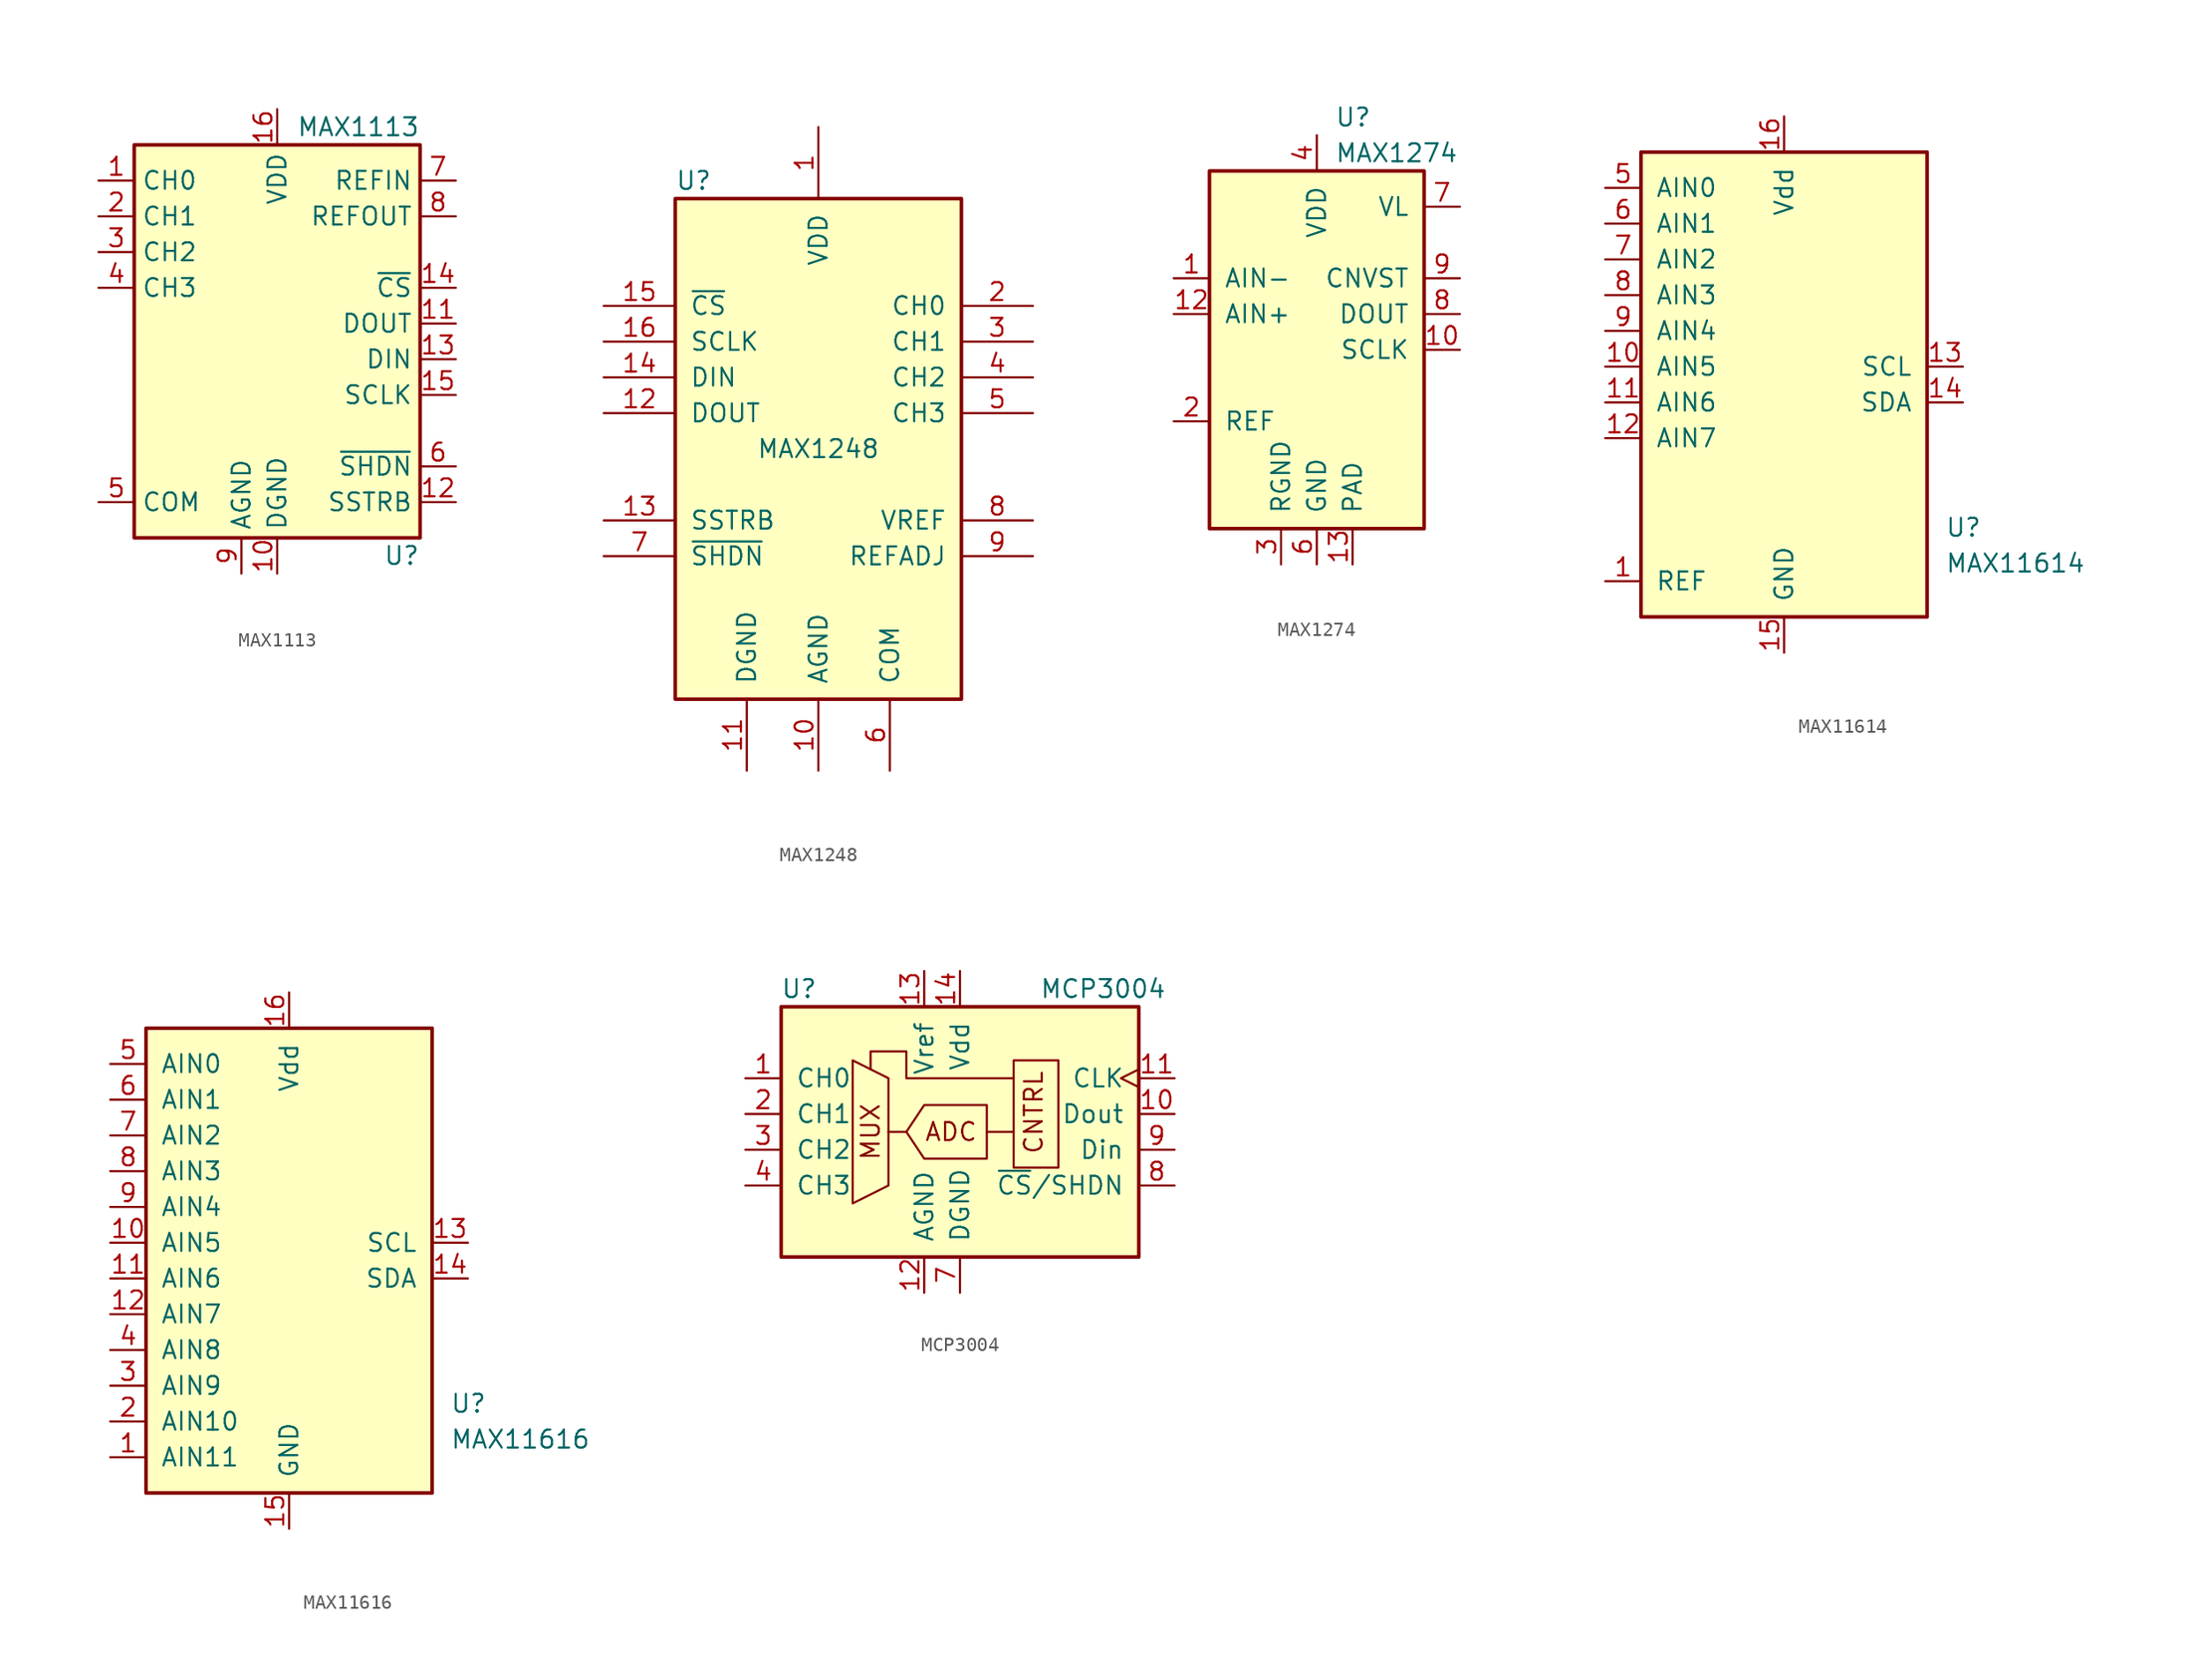
<source format=kicad_sym>
(kicad_symbol_lib
  (version 20220914)
  (generator kicad_symbol_editor)
  (symbol "MAX1113"
    (property "Reference" "U"
      (at 10.16 -13.97 0)
      (effects (font (size 1.27 1.27)) (justify right)))
    (property "Value" "MAX1113"
      (at 10.16 16.51 0)
      (effects (font (size 1.27 1.27)) (justify right)))
    (symbol "MAX1113_0_1"
      (rectangle (start 10.16 15.24) (end -10.16 -12.7) (stroke (width 0.254) (type default)) (fill (type background))))
    (symbol "MAX1113_1_1"
      (pin input line (at -12.7 12.7 0) (length 2.54) (name "CH0" (effects (font (size 1.27 1.27)))) (number "1" (effects (font (size 1.27 1.27)))))
      (pin power_in line (at 0 -15.24 90) (length 2.54) (name "DGND" (effects (font (size 1.27 1.27)))) (number "10" (effects (font (size 1.27 1.27)))))
      (pin output line (at 12.7 2.54 180) (length 2.54) (name "DOUT" (effects (font (size 1.27 1.27)))) (number "11" (effects (font (size 1.27 1.27)))))
      (pin output line (at 12.7 -10.16 180) (length 2.54) (name "SSTRB" (effects (font (size 1.27 1.27)))) (number "12" (effects (font (size 1.27 1.27)))))
      (pin input line (at 12.7 0 180) (length 2.54) (name "DIN" (effects (font (size 1.27 1.27)))) (number "13" (effects (font (size 1.27 1.27)))))
      (pin input line (at 12.7 5.08 180) (length 2.54) (name "~{CS}" (effects (font (size 1.27 1.27)))) (number "14" (effects (font (size 1.27 1.27)))))
      (pin input line (at 12.7 -2.54 180) (length 2.54) (name "SCLK" (effects (font (size 1.27 1.27)))) (number "15" (effects (font (size 1.27 1.27)))))
      (pin power_in line (at 0 17.78 270) (length 2.54) (name "VDD" (effects (font (size 1.27 1.27)))) (number "16" (effects (font (size 1.27 1.27)))))
      (pin input line (at -12.7 10.16 0) (length 2.54) (name "CH1" (effects (font (size 1.27 1.27)))) (number "2" (effects (font (size 1.27 1.27)))))
      (pin input line (at -12.7 7.62 0) (length 2.54) (name "CH2" (effects (font (size 1.27 1.27)))) (number "3" (effects (font (size 1.27 1.27)))))
      (pin input line (at -12.7 5.08 0) (length 2.54) (name "CH3" (effects (font (size 1.27 1.27)))) (number "4" (effects (font (size 1.27 1.27)))))
      (pin power_in line (at -12.7 -10.16 0) (length 2.54) (name "COM" (effects (font (size 1.27 1.27)))) (number "5" (effects (font (size 1.27 1.27)))))
      (pin input line (at 12.7 -7.62 180) (length 2.54) (name "~{SHDN}" (effects (font (size 1.27 1.27)))) (number "6" (effects (font (size 1.27 1.27)))))
      (pin power_in line (at 12.7 12.7 180) (length 2.54) (name "REFIN" (effects (font (size 1.27 1.27)))) (number "7" (effects (font (size 1.27 1.27)))))
      (pin power_out line (at 12.7 10.16 180) (length 2.54) (name "REFOUT" (effects (font (size 1.27 1.27)))) (number "8" (effects (font (size 1.27 1.27)))))
      (pin power_in line (at -2.54 -15.24 90) (length 2.54) (name "AGND" (effects (font (size 1.27 1.27)))) (number "9" (effects (font (size 1.27 1.27)))))))
  (symbol "MAX1248"
    (pin_names
      (offset 1.016))
    (property "Reference" "U"
      (at -10.16 19.05 0)
      (effects (font (size 1.27 1.27)) (justify left)))
    (property "Value" "MAX1248"
      (at 0 0 0)
      (effects (font (size 1.27 1.27))))
    (symbol "MAX1248_0_1"
      (rectangle (start -10.16 17.78) (end 10.16 -17.78) (stroke (width 0.254) (type default)) (fill (type background))))
    (symbol "MAX1248_1_1"
      (pin power_in line (at 0 22.86 270) (length 5.08) (name "VDD" (effects (font (size 1.27 1.27)))) (number "1" (effects (font (size 1.27 1.27)))))
      (pin power_in line (at 0 -22.86 90) (length 5.08) (name "AGND" (effects (font (size 1.27 1.27)))) (number "10" (effects (font (size 1.27 1.27)))))
      (pin power_in line (at -5.08 -22.86 90) (length 5.08) (name "DGND" (effects (font (size 1.27 1.27)))) (number "11" (effects (font (size 1.27 1.27)))))
      (pin output line (at -15.24 2.54 0) (length 5.08) (name "DOUT" (effects (font (size 1.27 1.27)))) (number "12" (effects (font (size 1.27 1.27)))))
      (pin output line (at -15.24 -5.08 0) (length 5.08) (name "SSTRB" (effects (font (size 1.27 1.27)))) (number "13" (effects (font (size 1.27 1.27)))))
      (pin input line (at -15.24 5.08 0) (length 5.08) (name "DIN" (effects (font (size 1.27 1.27)))) (number "14" (effects (font (size 1.27 1.27)))))
      (pin input line (at -15.24 10.16 0) (length 5.08) (name "~{CS}" (effects (font (size 1.27 1.27)))) (number "15" (effects (font (size 1.27 1.27)))))
      (pin input line (at -15.24 7.62 0) (length 5.08) (name "SCLK" (effects (font (size 1.27 1.27)))) (number "16" (effects (font (size 1.27 1.27)))))
      (pin input line (at 15.24 10.16 180) (length 5.08) (name "CH0" (effects (font (size 1.27 1.27)))) (number "2" (effects (font (size 1.27 1.27)))))
      (pin input line (at 15.24 7.62 180) (length 5.08) (name "CH1" (effects (font (size 1.27 1.27)))) (number "3" (effects (font (size 1.27 1.27)))))
      (pin input line (at 15.24 5.08 180) (length 5.08) (name "CH2" (effects (font (size 1.27 1.27)))) (number "4" (effects (font (size 1.27 1.27)))))
      (pin input line (at 15.24 2.54 180) (length 5.08) (name "CH3" (effects (font (size 1.27 1.27)))) (number "5" (effects (font (size 1.27 1.27)))))
      (pin power_in line (at 5.08 -22.86 90) (length 5.08) (name "COM" (effects (font (size 1.27 1.27)))) (number "6" (effects (font (size 1.27 1.27)))))
      (pin tri_state line (at -15.24 -7.62 0) (length 5.08) (name "~{SHDN}" (effects (font (size 1.27 1.27)))) (number "7" (effects (font (size 1.27 1.27)))))
      (pin power_in line (at 15.24 -5.08 180) (length 5.08) (name "VREF" (effects (font (size 1.27 1.27)))) (number "8" (effects (font (size 1.27 1.27)))))
      (pin input line (at 15.24 -7.62 180) (length 5.08) (name "REFADJ" (effects (font (size 1.27 1.27)))) (number "9" (effects (font (size 1.27 1.27)))))))
  (symbol "MAX1274"
    (pin_names
      (offset 1.016))
    (property "Reference" "U"
      (at 1.27 16.51 0)
      (effects (font (size 1.27 1.27)) (justify left)))
    (property "Value" "MAX1274"
      (at 1.27 13.97 0)
      (effects (font (size 1.27 1.27)) (justify left)))
    (symbol "MAX1274_1_1"
      (rectangle (start -7.62 12.7) (end 7.62 -12.7) (stroke (width 0.254) (type default)) (fill (type background)))
      (pin input line (at -10.16 5.08 0) (length 2.54) (name "AIN-" (effects (font (size 1.27 1.27)))) (number "1" (effects (font (size 1.27 1.27)))))
      (pin input line (at 10.16 0 180) (length 2.54) (name "SCLK" (effects (font (size 1.27 1.27)))) (number "10" (effects (font (size 1.27 1.27)))))
      (pin no_connect line (at 7.62 -5.08 180) (length 2.54) hide (name "NC" (effects (font (size 1.27 1.27)))) (number "11" (effects (font (size 1.27 1.27)))))
      (pin input line (at -10.16 2.54 0) (length 2.54) (name "AIN+" (effects (font (size 1.27 1.27)))) (number "12" (effects (font (size 1.27 1.27)))))
      (pin power_in line (at 2.54 -15.24 90) (length 2.54) (name "PAD" (effects (font (size 1.27 1.27)))) (number "13" (effects (font (size 1.27 1.27)))))
      (pin input line (at -10.16 -5.08 0) (length 2.54) (name "REF" (effects (font (size 1.27 1.27)))) (number "2" (effects (font (size 1.27 1.27)))))
      (pin power_in line (at -2.54 -15.24 90) (length 2.54) (name "RGND" (effects (font (size 1.27 1.27)))) (number "3" (effects (font (size 1.27 1.27)))))
      (pin power_in line (at 0 15.24 270) (length 2.54) (name "VDD" (effects (font (size 1.27 1.27)))) (number "4" (effects (font (size 1.27 1.27)))))
      (pin no_connect line (at 7.62 -7.62 180) (length 2.54) hide (name "NC" (effects (font (size 1.27 1.27)))) (number "5" (effects (font (size 1.27 1.27)))))
      (pin power_in line (at 0 -15.24 90) (length 2.54) (name "GND" (effects (font (size 1.27 1.27)))) (number "6" (effects (font (size 1.27 1.27)))))
      (pin power_in line (at 10.16 10.16 180) (length 2.54) (name "VL" (effects (font (size 1.27 1.27)))) (number "7" (effects (font (size 1.27 1.27)))))
      (pin output line (at 10.16 2.54 180) (length 2.54) (name "DOUT" (effects (font (size 1.27 1.27)))) (number "8" (effects (font (size 1.27 1.27)))))
      (pin input line (at 10.16 5.08 180) (length 2.54) (name "CNVST" (effects (font (size 1.27 1.27)))) (number "9" (effects (font (size 1.27 1.27)))))))
  (symbol "MAX11614"
    (pin_names
      (offset 1.016))
    (property "Reference" "U"
      (at 11.43 -11.43 0)
      (effects (font (size 1.27 1.27)) (justify left)))
    (property "Value" "MAX11614"
      (at 11.43 -13.97 0)
      (effects (font (size 1.27 1.27)) (justify left)))
    (symbol "MAX11614_0_1"
      (rectangle (start -10.16 15.24) (end 10.16 -17.78) (stroke (width 0.254) (type default)) (fill (type background))))
    (symbol "MAX11614_1_1"
      (pin input line (at -12.7 -15.24 0) (length 2.54) (name "REF" (effects (font (size 1.27 1.27)))) (number "1" (effects (font (size 1.27 1.27)))))
      (pin input line (at -12.7 0 0) (length 2.54) (name "AIN5" (effects (font (size 1.27 1.27)))) (number "10" (effects (font (size 1.27 1.27)))))
      (pin input line (at -12.7 -2.54 0) (length 2.54) (name "AIN6" (effects (font (size 1.27 1.27)))) (number "11" (effects (font (size 1.27 1.27)))))
      (pin input line (at -12.7 -5.08 0) (length 2.54) (name "AIN7" (effects (font (size 1.27 1.27)))) (number "12" (effects (font (size 1.27 1.27)))))
      (pin input line (at 12.7 0 180) (length 2.54) (name "SCL" (effects (font (size 1.27 1.27)))) (number "13" (effects (font (size 1.27 1.27)))))
      (pin bidirectional line (at 12.7 -2.54 180) (length 2.54) (name "SDA" (effects (font (size 1.27 1.27)))) (number "14" (effects (font (size 1.27 1.27)))))
      (pin power_in line (at 0 -20.32 90) (length 2.54) (name "GND" (effects (font (size 1.27 1.27)))) (number "15" (effects (font (size 1.27 1.27)))))
      (pin power_in line (at 0 17.78 270) (length 2.54) (name "Vdd" (effects (font (size 1.27 1.27)))) (number "16" (effects (font (size 1.27 1.27)))))
      (pin no_connect line (at -10.16 -12.7 0) (length 2.54) hide (name "NC" (effects (font (size 1.27 1.27)))) (number "2" (effects (font (size 1.27 1.27)))))
      (pin no_connect line (at -10.16 -10.16 0) (length 2.54) hide (name "NC" (effects (font (size 1.27 1.27)))) (number "3" (effects (font (size 1.27 1.27)))))
      (pin no_connect line (at -10.16 -7.62 0) (length 2.54) hide (name "NC" (effects (font (size 1.27 1.27)))) (number "4" (effects (font (size 1.27 1.27)))))
      (pin input line (at -12.7 12.7 0) (length 2.54) (name "AIN0" (effects (font (size 1.27 1.27)))) (number "5" (effects (font (size 1.27 1.27)))))
      (pin input line (at -12.7 10.16 0) (length 2.54) (name "AIN1" (effects (font (size 1.27 1.27)))) (number "6" (effects (font (size 1.27 1.27)))))
      (pin input line (at -12.7 7.62 0) (length 2.54) (name "AIN2" (effects (font (size 1.27 1.27)))) (number "7" (effects (font (size 1.27 1.27)))))
      (pin input line (at -12.7 5.08 0) (length 2.54) (name "AIN3" (effects (font (size 1.27 1.27)))) (number "8" (effects (font (size 1.27 1.27)))))
      (pin input line (at -12.7 2.54 0) (length 2.54) (name "AIN4" (effects (font (size 1.27 1.27)))) (number "9" (effects (font (size 1.27 1.27)))))))
  (symbol "MAX11616"
    (pin_names
      (offset 1.016))
    (property "Reference" "U"
      (at 11.43 -11.43 0)
      (effects (font (size 1.27 1.27)) (justify left)))
    (property "Value" "MAX11616"
      (at 11.43 -13.97 0)
      (effects (font (size 1.27 1.27)) (justify left)))
    (symbol "MAX11616_0_1"
      (rectangle (start -10.16 15.24) (end 10.16 -17.78) (stroke (width 0.254) (type default)) (fill (type background))))
    (symbol "MAX11616_1_1"
      (pin input line (at -12.7 -15.24 0) (length 2.54) (name "AIN11" (effects (font (size 1.27 1.27)))) (number "1" (effects (font (size 1.27 1.27)))))
      (pin input line (at -12.7 0 0) (length 2.54) (name "AIN5" (effects (font (size 1.27 1.27)))) (number "10" (effects (font (size 1.27 1.27)))))
      (pin input line (at -12.7 -2.54 0) (length 2.54) (name "AIN6" (effects (font (size 1.27 1.27)))) (number "11" (effects (font (size 1.27 1.27)))))
      (pin input line (at -12.7 -5.08 0) (length 2.54) (name "AIN7" (effects (font (size 1.27 1.27)))) (number "12" (effects (font (size 1.27 1.27)))))
      (pin input line (at 12.7 0 180) (length 2.54) (name "SCL" (effects (font (size 1.27 1.27)))) (number "13" (effects (font (size 1.27 1.27)))))
      (pin bidirectional line (at 12.7 -2.54 180) (length 2.54) (name "SDA" (effects (font (size 1.27 1.27)))) (number "14" (effects (font (size 1.27 1.27)))))
      (pin power_in line (at 0 -20.32 90) (length 2.54) (name "GND" (effects (font (size 1.27 1.27)))) (number "15" (effects (font (size 1.27 1.27)))))
      (pin power_in line (at 0 17.78 270) (length 2.54) (name "Vdd" (effects (font (size 1.27 1.27)))) (number "16" (effects (font (size 1.27 1.27)))))
      (pin input line (at -12.7 -12.7 0) (length 2.54) (name "AIN10" (effects (font (size 1.27 1.27)))) (number "2" (effects (font (size 1.27 1.27)))))
      (pin input line (at -12.7 -10.16 0) (length 2.54) (name "AIN9" (effects (font (size 1.27 1.27)))) (number "3" (effects (font (size 1.27 1.27)))))
      (pin input line (at -12.7 -7.62 0) (length 2.54) (name "AIN8" (effects (font (size 1.27 1.27)))) (number "4" (effects (font (size 1.27 1.27)))))
      (pin input line (at -12.7 12.7 0) (length 2.54) (name "AIN0" (effects (font (size 1.27 1.27)))) (number "5" (effects (font (size 1.27 1.27)))))
      (pin input line (at -12.7 10.16 0) (length 2.54) (name "AIN1" (effects (font (size 1.27 1.27)))) (number "6" (effects (font (size 1.27 1.27)))))
      (pin input line (at -12.7 7.62 0) (length 2.54) (name "AIN2" (effects (font (size 1.27 1.27)))) (number "7" (effects (font (size 1.27 1.27)))))
      (pin input line (at -12.7 5.08 0) (length 2.54) (name "AIN3" (effects (font (size 1.27 1.27)))) (number "8" (effects (font (size 1.27 1.27)))))
      (pin input line (at -12.7 2.54 0) (length 2.54) (name "AIN4" (effects (font (size 1.27 1.27)))) (number "9" (effects (font (size 1.27 1.27)))))))
  (symbol "MCP3004"
    (pin_names
      (offset 1.016))
    (property "Reference" "U"
      (at -11.43 8.89 0)
      (effects (font (size 1.27 1.27))))
    (property "Value" "MCP3004"
      (at 10.16 8.89 0)
      (effects (font (size 1.27 1.27))))
    (symbol "MCP3004_0_0"
      (text "ADC" (at -0.635 -1.27 0) (effects (font (size 1.27 1.27))))
      (text "CNTRL" (at 5.969 -2.921 900) (effects (font (size 1.27 1.27)) (justify left bottom)))
      (text "MUX" (at -6.35 -1.27 900) (effects (font (size 1.27 1.27)))))
    (symbol "MCP3004_0_1"
      (polyline (pts (xy -5.08 -1.27) (xy -3.81 -1.27)) (stroke (width 0) (type default)) (fill (type none)))
      (polyline (pts (xy 1.905 -1.27) (xy 3.81 -1.27)) (stroke (width 0) (type default)) (fill (type none)))
      (polyline (pts (xy -7.62 3.81) (xy -7.62 -6.35) (xy -5.08 -5.08) (xy -5.08 2.54) (xy -7.62 3.81)) (stroke (width 0) (type default)) (fill (type none)))
      (polyline (pts (xy 3.81 2.54) (xy -3.81 2.54) (xy -3.81 4.445) (xy -6.35 4.445) (xy -6.35 3.175)) (stroke (width 0) (type default)) (fill (type none)))
      (polyline (pts (xy -3.81 -1.27) (xy -2.54 0.635) (xy 1.905 0.635) (xy 1.905 -3.175) (xy -2.54 -3.175) (xy -3.81 -1.27)) (stroke (width 0) (type default)) (fill (type none)))
      (rectangle (start 3.81 -3.81) (end 6.985 3.81) (stroke (width 0) (type default)) (fill (type none)))
      (rectangle (start 12.7 7.62) (end -12.7 -10.16) (stroke (width 0.254) (type default)) (fill (type background))))
    (symbol "MCP3004_1_1"
      (pin input line (at -15.24 2.54 0) (length 2.54) (name "CH0" (effects (font (size 1.27 1.27)))) (number "1" (effects (font (size 1.27 1.27)))))
      (pin output line (at 15.24 0 180) (length 2.54) (name "Dout" (effects (font (size 1.27 1.27)))) (number "10" (effects (font (size 1.27 1.27)))))
      (pin input clock (at 15.24 2.54 180) (length 2.54) (name "CLK" (effects (font (size 1.27 1.27)))) (number "11" (effects (font (size 1.27 1.27)))))
      (pin power_in line (at -2.54 -12.7 90) (length 2.54) (name "AGND" (effects (font (size 1.27 1.27)))) (number "12" (effects (font (size 1.27 1.27)))))
      (pin power_in line (at -2.54 10.16 270) (length 2.54) (name "Vref" (effects (font (size 1.27 1.27)))) (number "13" (effects (font (size 1.27 1.27)))))
      (pin power_in line (at 0 10.16 270) (length 2.54) (name "Vdd" (effects (font (size 1.27 1.27)))) (number "14" (effects (font (size 1.27 1.27)))))
      (pin input line (at -15.24 0 0) (length 2.54) (name "CH1" (effects (font (size 1.27 1.27)))) (number "2" (effects (font (size 1.27 1.27)))))
      (pin input line (at -15.24 -2.54 0) (length 2.54) (name "CH2" (effects (font (size 1.27 1.27)))) (number "3" (effects (font (size 1.27 1.27)))))
      (pin input line (at -15.24 -5.08 0) (length 2.54) (name "CH3" (effects (font (size 1.27 1.27)))) (number "4" (effects (font (size 1.27 1.27)))))
      (pin no_connect line (at -12.7 5.08 0) (length 2.54) hide (name "NC" (effects (font (size 1.27 1.27)))) (number "5" (effects (font (size 1.27 1.27)))))
      (pin no_connect line (at -12.7 -7.62 0) (length 2.54) hide (name "NC" (effects (font (size 1.27 1.27)))) (number "6" (effects (font (size 1.27 1.27)))))
      (pin power_in line (at 0 -12.7 90) (length 2.54) (name "DGND" (effects (font (size 1.27 1.27)))) (number "7" (effects (font (size 1.27 1.27)))))
      (pin input line (at 15.24 -5.08 180) (length 2.54) (name "~{CS}/SHDN" (effects (font (size 1.27 1.27)))) (number "8" (effects (font (size 1.27 1.27)))))
      (pin input line (at 15.24 -2.54 180) (length 2.54) (name "Din" (effects (font (size 1.27 1.27)))) (number "9" (effects (font (size 1.27 1.27))))))))
</source>
